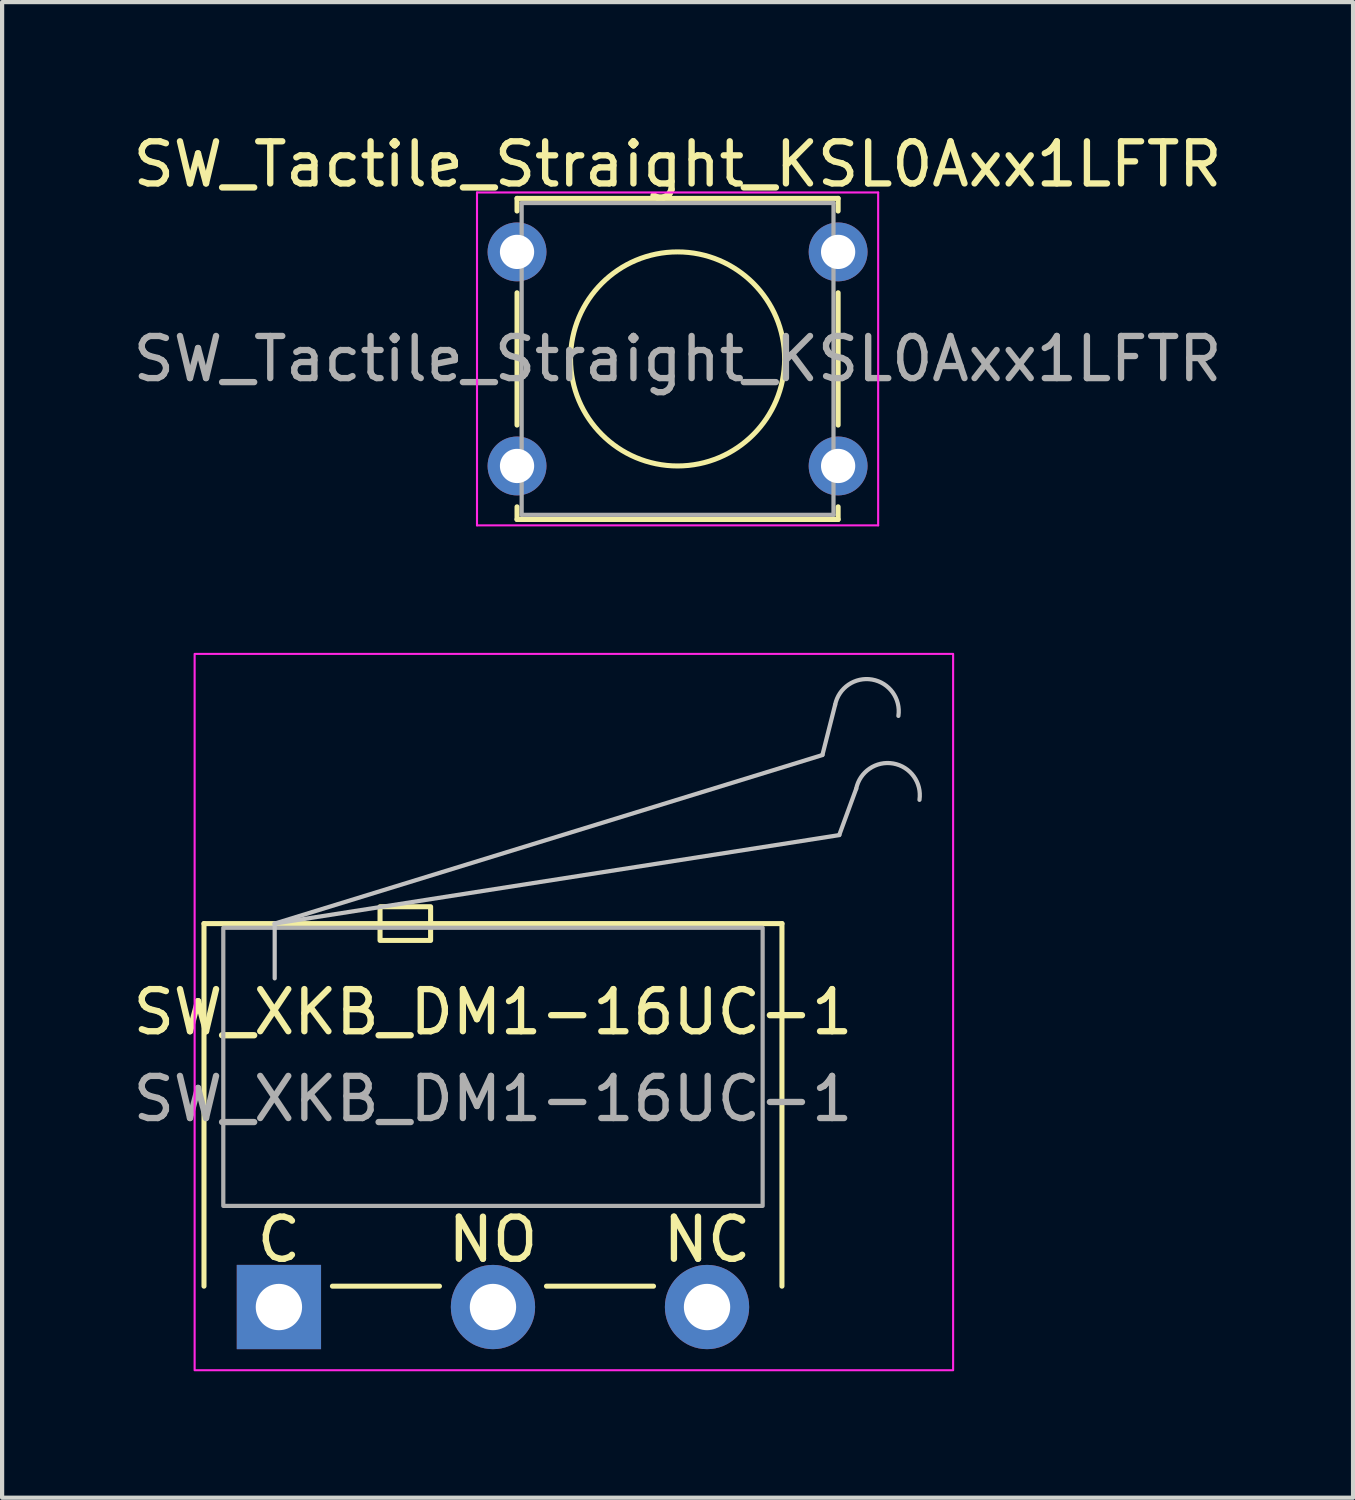
<source format=kicad_pcb>
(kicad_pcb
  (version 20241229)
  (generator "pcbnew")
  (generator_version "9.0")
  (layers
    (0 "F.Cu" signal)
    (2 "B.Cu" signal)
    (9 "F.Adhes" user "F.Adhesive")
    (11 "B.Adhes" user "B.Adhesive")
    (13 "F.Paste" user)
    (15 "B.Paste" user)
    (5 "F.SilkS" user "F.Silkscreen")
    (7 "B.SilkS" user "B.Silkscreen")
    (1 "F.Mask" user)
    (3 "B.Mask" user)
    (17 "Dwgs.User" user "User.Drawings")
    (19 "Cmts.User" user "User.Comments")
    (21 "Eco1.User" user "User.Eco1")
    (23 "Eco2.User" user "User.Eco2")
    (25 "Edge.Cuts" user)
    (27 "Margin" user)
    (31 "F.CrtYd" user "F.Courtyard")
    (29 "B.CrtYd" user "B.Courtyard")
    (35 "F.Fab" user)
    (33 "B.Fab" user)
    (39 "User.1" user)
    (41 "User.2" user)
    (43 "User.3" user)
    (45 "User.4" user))
  (footprint "SW_XKB_DM1-16UC-1"
    (layer "F.Cu")
    (at 3.569 27.968)
    (property "Reference" "SW_XKB_DM1-16UC-1" (at 5.08 -7 0) (unlocked yes) (layer "F.SilkS") (effects (font (size 1 1) (thickness 0.15))))
    (attr through_hole)
    (fp_line (start -1.778 -9.1) (end -1.778 -0.495) (stroke (width 0.12) (type solid)) (layer "F.SilkS"))
    (fp_line (start 1.27 -0.495) (end 3.81 -0.495) (stroke (width 0.12) (type solid)) (layer "F.SilkS"))
    (fp_line (start 8.89 -0.495) (end 6.35 -0.495) (stroke (width 0.12) (type solid)) (layer "F.SilkS"))
    (fp_line (start 11.938 -9.1) (end -1.778 -9.1) (stroke (width 0.12) (type solid)) (layer "F.SilkS"))
    (fp_line (start 11.938 -0.495) (end 11.938 -9.1) (stroke (width 0.12) (type solid)) (layer "F.SilkS"))
    (fp_rect (start 3.6 -9.5) (end 2.4 -8.7) (stroke (width 0.12) (type solid)) (fill no) (layer "F.SilkS"))
    (fp_line (start -0.1 -9.1) (end 12.9 -13.1) (stroke (width 0.1) (type solid)) (layer "Dwgs.User"))
    (fp_line (start -0.1 -7.8) (end -0.1 -9.1) (stroke (width 0.1) (type default)) (layer "Dwgs.User"))
    (fp_line (start 12.9 -13.108) (end 13.2 -14.292) (stroke (width 0.1) (type default)) (layer "Dwgs.User"))
    (fp_line (start 13.3 -11.208) (end 13.7 -12.3) (stroke (width 0.1) (type default)) (layer "Dwgs.User"))
    (fp_line (start 13.3 -11.2) (end -0.1 -9.1) (stroke (width 0.1) (type default)) (layer "Dwgs.User"))
    (fp_arc (start 13.2 -14.292086) (mid 14.07868 -14.889279) (end 14.701691 -14.028713) (stroke (width 0.1) (type default)) (layer "Dwgs.User"))
    (fp_arc (start 13.7 -12.3) (mid 14.57868 -12.897193) (end 15.201691 -12.036627) (stroke (width 0.1) (type default)) (layer "Dwgs.User"))
    (fp_rect (start -2 -15.5) (end 16 1.5) (stroke (width 0.05) (type solid)) (fill no) (layer "F.CrtYd"))
    (fp_rect (start -1.32 -9) (end 11.48 -2.4) (stroke (width 0.1) (type default)) (fill no) (layer "F.Fab"))
    (fp_text user "C" (at 0 -1.6 0) (unlocked yes) (layer "F.SilkS") (effects (font (size 1 1) (thickness 0.15))))
    (fp_text user "NO" (at 5.08 -1.6 0) (unlocked yes) (layer "F.SilkS") (effects (font (size 1 1) (thickness 0.15))))
    (fp_text user "NC" (at 10.16 -1.6 0) (unlocked yes) (layer "F.SilkS") (effects (font (size 1 1) (thickness 0.15))))
    (fp_text user "${REFERENCE}" (at 5.08 -4.94 0) (unlocked yes) (layer "F.Fab") (effects (font (size 1 1) (thickness 0.15))))
    (pad "1" thru_hole rect (at 0 0) (size 2 2) (drill 1.1) (layers "*.Cu" "*.Mask"))
    (pad "2" thru_hole circle (at 5.08 0) (size 2 2) (drill 1.1) (layers "*.Cu" "*.Mask"))
    (pad "3" thru_hole circle (at 10.16 0) (size 2 2) (drill 1.1) (layers "*.Cu" "*.Mask")))
  (footprint "SW_Tactile_Straight_KSL0Axx1LFTR"
    (layer "F.Cu")
    (at 9.22 2.928)
    (property "Reference" "SW_Tactile_Straight_KSL0Axx1LFTR" (at 3.81 -2.08 0) (layer "F.SilkS") (effects (font (size 1 1) (thickness 0.15))))
    (attr through_hole)
    (fp_line (start 0 -1.27) (end 0 -0.97) (stroke (width 0.12) (type solid)) (layer "F.SilkS"))
    (fp_line (start 0 -1.27) (end 7.62 -1.27) (stroke (width 0.12) (type solid)) (layer "F.SilkS"))
    (fp_line (start 0 0.97) (end 0 4.11) (stroke (width 0.12) (type solid)) (layer "F.SilkS"))
    (fp_line (start 0 6.05) (end 0 6.35) (stroke (width 0.12) (type solid)) (layer "F.SilkS"))
    (fp_line (start 7.62 -1.27) (end 7.62 -0.97) (stroke (width 0.12) (type solid)) (layer "F.SilkS"))
    (fp_line (start 7.62 0.97) (end 7.62 4.11) (stroke (width 0.12) (type solid)) (layer "F.SilkS"))
    (fp_line (start 7.62 6.05) (end 7.62 6.35) (stroke (width 0.12) (type solid)) (layer "F.SilkS"))
    (fp_line (start 7.62 6.35) (end 0 6.35) (stroke (width 0.12) (type solid)) (layer "F.SilkS"))
    (fp_circle (center 3.81 2.54) (end 3.81 0) (stroke (width 0.12) (type solid)) (fill no) (layer "F.SilkS"))
    (fp_line (start -0.95 -1.41) (end -0.95 6.49) (stroke (width 0.05) (type solid)) (layer "F.CrtYd"))
    (fp_line (start -0.95 -1.41) (end 8.57 -1.41) (stroke (width 0.05) (type solid)) (layer "F.CrtYd"))
    (fp_line (start 8.57 6.49) (end -0.95 6.49) (stroke (width 0.05) (type solid)) (layer "F.CrtYd"))
    (fp_line (start 8.57 6.49) (end 8.57 -1.41) (stroke (width 0.05) (type solid)) (layer "F.CrtYd"))
    (fp_line (start 0.11 -1.16) (end 7.51 -1.16) (stroke (width 0.1) (type solid)) (layer "F.Fab"))
    (fp_line (start 0.11 6.24) (end 0.11 -1.16) (stroke (width 0.1) (type solid)) (layer "F.Fab"))
    (fp_line (start 7.51 -1.16) (end 7.51 6.24) (stroke (width 0.1) (type solid)) (layer "F.Fab"))
    (fp_line (start 7.51 6.24) (end 0.11 6.24) (stroke (width 0.1) (type solid)) (layer "F.Fab"))
    (fp_text user "${REFERENCE}" (at 3.81 2.54 0) (layer "F.Fab") (effects (font (size 1 1) (thickness 0.15))))
    (pad "1" thru_hole circle (at 0 0) (size 1.397 1.397) (drill 0.813) (layers "*.Cu" "*.Mask"))
    (pad "1" thru_hole circle (at 7.62 0) (size 1.397 1.397) (drill 0.813) (layers "*.Cu" "*.Mask"))
    (pad "2" thru_hole circle (at 0 5.08) (size 1.397 1.397) (drill 0.813) (layers "*.Cu" "*.Mask"))
    (pad "2" thru_hole circle (at 7.62 5.08) (size 1.397 1.397) (drill 0.813) (layers "*.Cu" "*.Mask")))
  (gr_rect
    (start -3 -3)
    (end 29.06 32.493)
    (stroke (width 0.1) (type default))
    (fill no)
    (layer "Edge.Cuts")))
</source>
